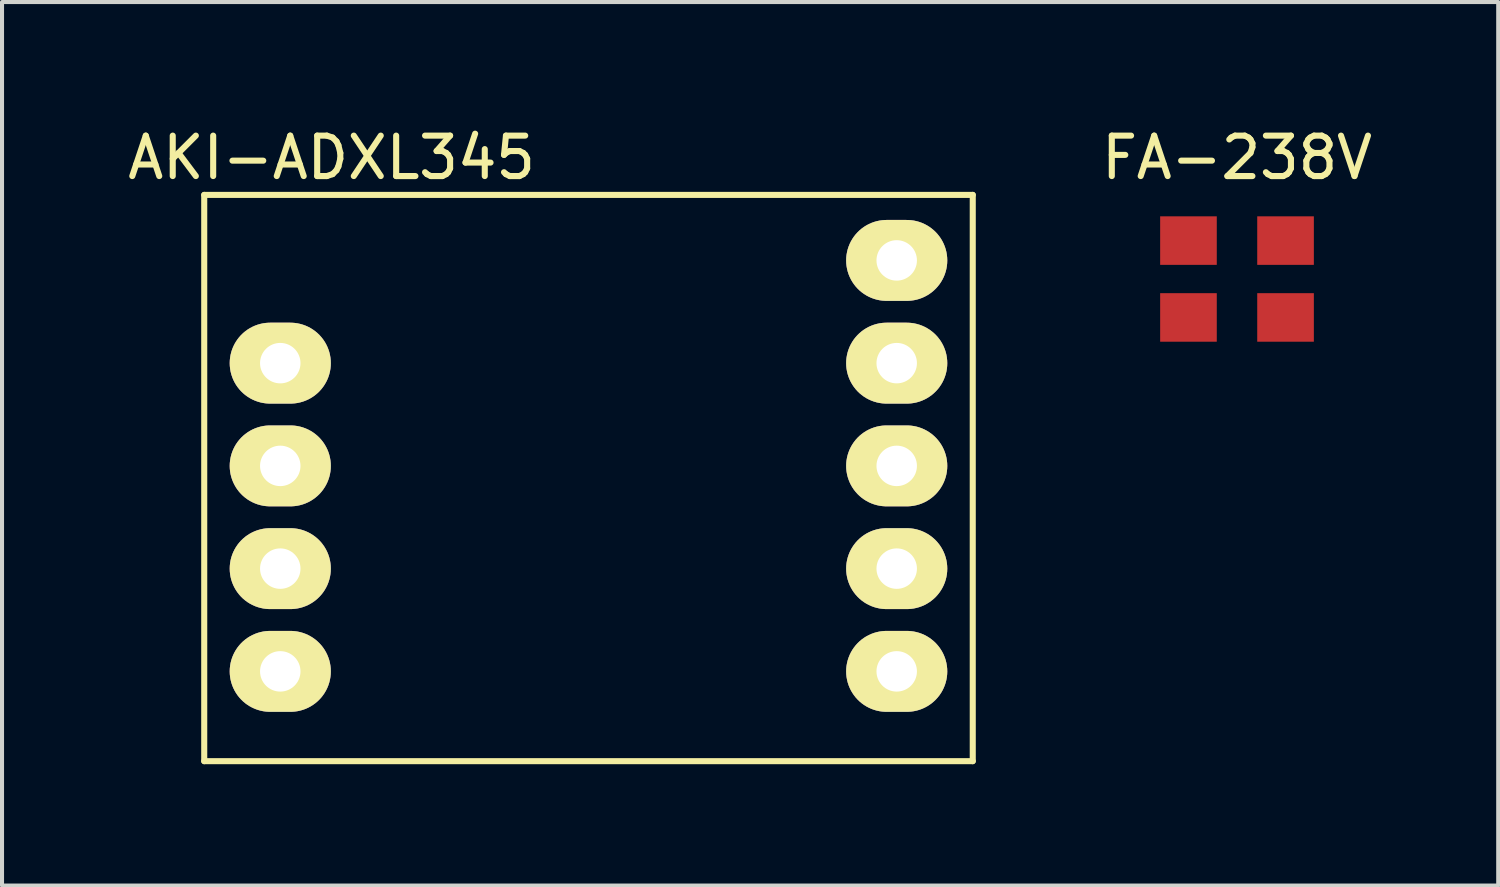
<source format=kicad_pcb>
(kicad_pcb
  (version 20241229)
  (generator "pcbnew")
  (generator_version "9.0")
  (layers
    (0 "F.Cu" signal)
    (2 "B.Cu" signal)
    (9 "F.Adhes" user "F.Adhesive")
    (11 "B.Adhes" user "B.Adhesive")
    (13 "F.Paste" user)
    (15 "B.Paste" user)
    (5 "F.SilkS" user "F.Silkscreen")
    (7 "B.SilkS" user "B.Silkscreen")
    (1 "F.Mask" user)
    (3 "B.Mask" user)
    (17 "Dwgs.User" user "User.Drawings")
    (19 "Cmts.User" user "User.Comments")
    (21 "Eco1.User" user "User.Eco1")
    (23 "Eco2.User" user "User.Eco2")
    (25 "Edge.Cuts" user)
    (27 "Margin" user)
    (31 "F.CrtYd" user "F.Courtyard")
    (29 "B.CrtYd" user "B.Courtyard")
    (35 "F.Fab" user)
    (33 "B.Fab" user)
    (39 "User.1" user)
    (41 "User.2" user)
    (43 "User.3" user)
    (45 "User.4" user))
  (footprint "AKI-ADXL345"
    (layer "F.Cu")
    (at 11.499 8.468)
    (property "Reference" "AKI-ADXL345" (at -6.35 -7.62 0) (layer "F.SilkS") (effects (font (size 1 1) (thickness 0.15))))
    (attr through_hole)
    (fp_line (start -9.5 -6.7) (end 9.5 -6.7) (stroke (width 0.15) (type solid)) (layer "F.SilkS"))
    (fp_line (start -9.5 7.3) (end -9.5 -6.7) (stroke (width 0.15) (type solid)) (layer "F.SilkS"))
    (fp_line (start 9.5 -6.7) (end 9.5 7.3) (stroke (width 0.15) (type solid)) (layer "F.SilkS"))
    (fp_line (start 9.5 7.3) (end -9.5 7.3) (stroke (width 0.15) (type solid)) (layer "F.SilkS"))
    (pad "1" thru_hole oval (at -7.62 -2.54) (size 2.5 2) (drill 1) (layers "*.Cu" "*.Mask" "F.SilkS"))
    (pad "2" thru_hole oval (at -7.62 0) (size 2.5 2) (drill 1) (layers "*.Cu" "*.Mask" "F.SilkS"))
    (pad "3" thru_hole oval (at -7.62 2.54) (size 2.5 2) (drill 1) (layers "*.Cu" "*.Mask" "F.SilkS"))
    (pad "4" thru_hole oval (at -7.62 5.08) (size 2.5 2) (drill 1) (layers "*.Cu" "*.Mask" "F.SilkS"))
    (pad "5" thru_hole oval (at 7.62 5.08) (size 2.5 2) (drill 1) (layers "*.Cu" "*.Mask" "F.SilkS"))
    (pad "6" thru_hole oval (at 7.62 2.54) (size 2.5 2) (drill 1) (layers "*.Cu" "*.Mask" "F.SilkS"))
    (pad "7" thru_hole oval (at 7.62 0) (size 2.5 2) (drill 1) (layers "*.Cu" "*.Mask" "F.SilkS"))
    (pad "8" thru_hole oval (at 7.62 -2.54) (size 2.5 2) (drill 1) (layers "*.Cu" "*.Mask" "F.SilkS"))
    (pad "9" thru_hole oval (at 7.62 -5.08) (size 2.5 2) (drill 1) (layers "*.Cu" "*.Mask" "F.SilkS")))
  (footprint "FA-238V"
    (layer "F.Cu")
    (at 27.532 3.848)
    (property "Reference" "FA-238V" (at 0 -3 0) (layer "F.SilkS") (effects (font (size 1 1) (thickness 0.15))))
    (attr through_hole)
    (pad "1" smd rect (at 1.2 -0.95) (size 1.4 1.2) (layers "F.Cu" "F.Mask" "F.Paste"))
    (pad "2" smd rect (at -1.2 0.95) (size 1.4 1.2) (layers "F.Cu" "F.Mask" "F.Paste"))
    (pad "3" smd rect (at -1.2 -0.95) (size 1.4 1.2) (layers "F.Cu" "F.Mask" "F.Paste"))
    (pad "3" smd rect (at 1.2 0.95) (size 1.4 1.2) (layers "F.Cu" "F.Mask" "F.Paste")))
  (gr_rect
    (start -3 -3)
    (end 33.99 18.843)
    (stroke (width 0.1) (type default))
    (fill no)
    (layer "Edge.Cuts")))
</source>
